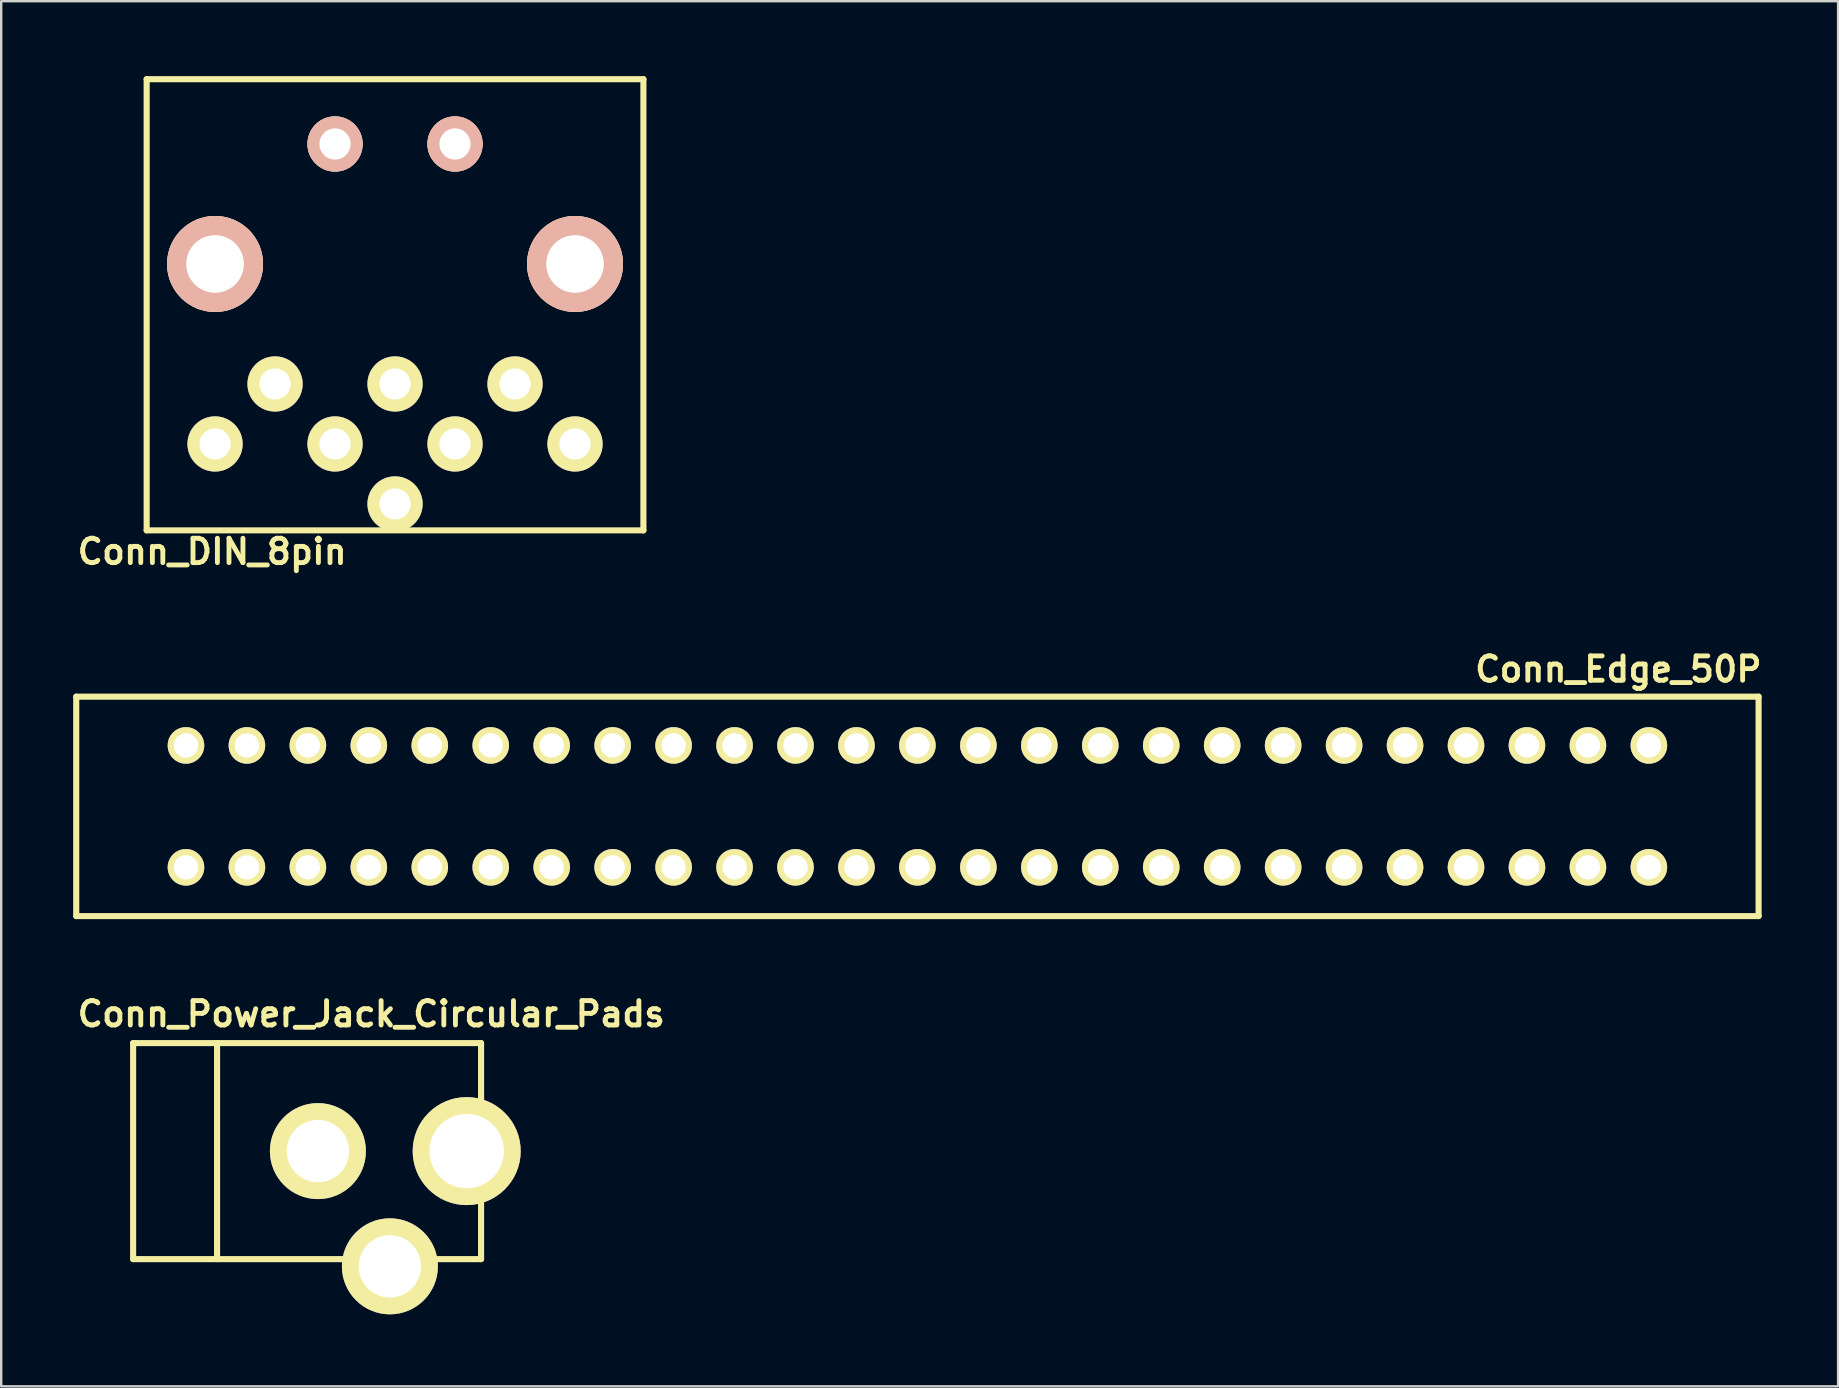
<source format=kicad_pcb>
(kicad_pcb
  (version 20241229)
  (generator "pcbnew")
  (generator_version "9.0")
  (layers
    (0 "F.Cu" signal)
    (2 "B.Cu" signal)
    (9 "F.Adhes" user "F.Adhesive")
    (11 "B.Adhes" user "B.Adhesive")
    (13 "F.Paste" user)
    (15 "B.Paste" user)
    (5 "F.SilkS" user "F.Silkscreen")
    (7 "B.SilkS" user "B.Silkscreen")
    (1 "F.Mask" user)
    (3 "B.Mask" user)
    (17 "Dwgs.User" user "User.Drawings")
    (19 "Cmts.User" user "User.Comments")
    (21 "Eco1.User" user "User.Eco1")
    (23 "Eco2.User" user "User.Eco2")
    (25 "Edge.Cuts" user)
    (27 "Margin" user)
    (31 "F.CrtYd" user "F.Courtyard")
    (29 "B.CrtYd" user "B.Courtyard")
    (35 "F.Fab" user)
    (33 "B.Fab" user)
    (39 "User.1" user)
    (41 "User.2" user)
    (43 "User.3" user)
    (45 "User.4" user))
  (footprint "Conn_Edge_50P"
    (layer "F.Cu")
    (at 35.179 30.552)
    (property "Reference" "Conn_Edge_50P" (at 29.21 -5.715 0) (layer "F.SilkS") (effects (font (size 1.016 1.016) (thickness 0.203))))
    (attr through_hole)
    (fp_line (start -35.052 -4.572) (end 35.052 -4.572) (stroke (width 0.254) (type solid)) (layer "F.SilkS"))
    (fp_line (start -35.052 4.572) (end -35.052 -4.572) (stroke (width 0.254) (type solid)) (layer "F.SilkS"))
    (fp_line (start 35.052 -4.572) (end 35.052 4.572) (stroke (width 0.254) (type solid)) (layer "F.SilkS"))
    (fp_line (start 35.052 4.572) (end -35.052 4.572) (stroke (width 0.254) (type solid)) (layer "F.SilkS"))
    (pad "1" thru_hole circle (at -30.48 2.54 180) (size 1.524 1.524) (drill 1.016) (layers "*.Cu" "*.Mask" "F.SilkS"))
    (pad "2" thru_hole circle (at -30.48 -2.54 180) (size 1.524 1.524) (drill 1.016) (layers "*.Cu" "*.Mask" "F.SilkS"))
    (pad "3" thru_hole circle (at -27.94 2.54 180) (size 1.524 1.524) (drill 1.016) (layers "*.Cu" "*.Mask" "F.SilkS"))
    (pad "4" thru_hole circle (at -27.94 -2.54 180) (size 1.524 1.524) (drill 1.016) (layers "*.Cu" "*.Mask" "F.SilkS"))
    (pad "5" thru_hole circle (at -25.4 2.54 180) (size 1.524 1.524) (drill 1.016) (layers "*.Cu" "*.Mask" "F.SilkS"))
    (pad "6" thru_hole circle (at -25.4 -2.54 180) (size 1.524 1.524) (drill 1.016) (layers "*.Cu" "*.Mask" "F.SilkS"))
    (pad "7" thru_hole circle (at -22.86 2.54 180) (size 1.524 1.524) (drill 1.016) (layers "*.Cu" "*.Mask" "F.SilkS"))
    (pad "8" thru_hole circle (at -22.86 -2.54 180) (size 1.524 1.524) (drill 1.016) (layers "*.Cu" "*.Mask" "F.SilkS"))
    (pad "9" thru_hole circle (at -20.32 2.54 180) (size 1.524 1.524) (drill 1.016) (layers "*.Cu" "*.Mask" "F.SilkS"))
    (pad "10" thru_hole circle (at -20.32 -2.54 180) (size 1.524 1.524) (drill 1.016) (layers "*.Cu" "*.Mask" "F.SilkS"))
    (pad "11" thru_hole circle (at -17.78 2.54 180) (size 1.524 1.524) (drill 1.016) (layers "*.Cu" "*.Mask" "F.SilkS"))
    (pad "12" thru_hole circle (at -17.78 -2.54 180) (size 1.524 1.524) (drill 1.016) (layers "*.Cu" "*.Mask" "F.SilkS"))
    (pad "13" thru_hole circle (at -15.24 2.54 180) (size 1.524 1.524) (drill 1.016) (layers "*.Cu" "*.Mask" "F.SilkS"))
    (pad "14" thru_hole circle (at -15.24 -2.54 180) (size 1.524 1.524) (drill 1.016) (layers "*.Cu" "*.Mask" "F.SilkS"))
    (pad "15" thru_hole circle (at -12.7 2.54 180) (size 1.524 1.524) (drill 1.016) (layers "*.Cu" "*.Mask" "F.SilkS"))
    (pad "16" thru_hole circle (at -12.7 -2.54 180) (size 1.524 1.524) (drill 1.016) (layers "*.Cu" "*.Mask" "F.SilkS"))
    (pad "17" thru_hole circle (at -10.16 2.54 180) (size 1.524 1.524) (drill 1.016) (layers "*.Cu" "*.Mask" "F.SilkS"))
    (pad "18" thru_hole circle (at -10.16 -2.54 180) (size 1.524 1.524) (drill 1.016) (layers "*.Cu" "*.Mask" "F.SilkS"))
    (pad "19" thru_hole circle (at -7.62 2.54 180) (size 1.524 1.524) (drill 1.016) (layers "*.Cu" "*.Mask" "F.SilkS"))
    (pad "20" thru_hole circle (at -7.62 -2.54 180) (size 1.524 1.524) (drill 1.016) (layers "*.Cu" "*.Mask" "F.SilkS"))
    (pad "21" thru_hole circle (at -5.08 2.54 180) (size 1.524 1.524) (drill 1.016) (layers "*.Cu" "*.Mask" "F.SilkS"))
    (pad "22" thru_hole circle (at -5.08 -2.54 180) (size 1.524 1.524) (drill 1.016) (layers "*.Cu" "*.Mask" "F.SilkS"))
    (pad "23" thru_hole circle (at -2.54 2.54 180) (size 1.524 1.524) (drill 1.016) (layers "*.Cu" "*.Mask" "F.SilkS"))
    (pad "24" thru_hole circle (at -2.54 -2.54 180) (size 1.524 1.524) (drill 1.016) (layers "*.Cu" "*.Mask" "F.SilkS"))
    (pad "25" thru_hole circle (at 0 2.54 180) (size 1.524 1.524) (drill 1.016) (layers "*.Cu" "*.Mask" "F.SilkS"))
    (pad "26" thru_hole circle (at 0 -2.54 180) (size 1.524 1.524) (drill 1.016) (layers "*.Cu" "*.Mask" "F.SilkS"))
    (pad "27" thru_hole circle (at 2.54 2.54 180) (size 1.524 1.524) (drill 1.016) (layers "*.Cu" "*.Mask" "F.SilkS"))
    (pad "28" thru_hole circle (at 2.54 -2.54 180) (size 1.524 1.524) (drill 1.016) (layers "*.Cu" "*.Mask" "F.SilkS"))
    (pad "29" thru_hole circle (at 5.08 2.54 180) (size 1.524 1.524) (drill 1.016) (layers "*.Cu" "*.Mask" "F.SilkS"))
    (pad "30" thru_hole circle (at 5.08 -2.54 180) (size 1.524 1.524) (drill 1.016) (layers "*.Cu" "*.Mask" "F.SilkS"))
    (pad "31" thru_hole circle (at 7.62 2.54 180) (size 1.524 1.524) (drill 1.016) (layers "*.Cu" "*.Mask" "F.SilkS"))
    (pad "32" thru_hole circle (at 7.62 -2.54 180) (size 1.524 1.524) (drill 1.016) (layers "*.Cu" "*.Mask" "F.SilkS"))
    (pad "33" thru_hole circle (at 10.16 2.54 180) (size 1.524 1.524) (drill 1.016) (layers "*.Cu" "*.Mask" "F.SilkS"))
    (pad "34" thru_hole circle (at 10.16 -2.54 180) (size 1.524 1.524) (drill 1.016) (layers "*.Cu" "*.Mask" "F.SilkS"))
    (pad "35" thru_hole circle (at 12.7 2.54 180) (size 1.524 1.524) (drill 1.016) (layers "*.Cu" "*.Mask" "F.SilkS"))
    (pad "36" thru_hole circle (at 12.7 -2.54 180) (size 1.524 1.524) (drill 1.016) (layers "*.Cu" "*.Mask" "F.SilkS"))
    (pad "37" thru_hole circle (at 15.24 2.54 180) (size 1.524 1.524) (drill 1.016) (layers "*.Cu" "*.Mask" "F.SilkS"))
    (pad "38" thru_hole circle (at 15.24 -2.54 180) (size 1.524 1.524) (drill 1.016) (layers "*.Cu" "*.Mask" "F.SilkS"))
    (pad "39" thru_hole circle (at 17.78 2.54 180) (size 1.524 1.524) (drill 1.016) (layers "*.Cu" "*.Mask" "F.SilkS"))
    (pad "40" thru_hole circle (at 17.78 -2.54 180) (size 1.524 1.524) (drill 1.016) (layers "*.Cu" "*.Mask" "F.SilkS"))
    (pad "41" thru_hole circle (at 20.32 2.54 180) (size 1.524 1.524) (drill 1.016) (layers "*.Cu" "*.Mask" "F.SilkS"))
    (pad "42" thru_hole circle (at 20.32 -2.54 180) (size 1.524 1.524) (drill 1.016) (layers "*.Cu" "*.Mask" "F.SilkS"))
    (pad "43" thru_hole circle (at 22.86 2.54 180) (size 1.524 1.524) (drill 1.016) (layers "*.Cu" "*.Mask" "F.SilkS"))
    (pad "44" thru_hole circle (at 22.86 -2.54 180) (size 1.524 1.524) (drill 1.016) (layers "*.Cu" "*.Mask" "F.SilkS"))
    (pad "45" thru_hole circle (at 25.4 2.54 180) (size 1.524 1.524) (drill 1.016) (layers "*.Cu" "*.Mask" "F.SilkS"))
    (pad "46" thru_hole circle (at 25.4 -2.54 180) (size 1.524 1.524) (drill 1.016) (layers "*.Cu" "*.Mask" "F.SilkS"))
    (pad "47" thru_hole circle (at 27.94 2.54 180) (size 1.524 1.524) (drill 1.016) (layers "*.Cu" "*.Mask" "F.SilkS"))
    (pad "48" thru_hole circle (at 27.94 -2.54 180) (size 1.524 1.524) (drill 1.016) (layers "*.Cu" "*.Mask" "F.SilkS"))
    (pad "49" thru_hole circle (at 30.48 2.54 180) (size 1.524 1.524) (drill 1.016) (layers "*.Cu" "*.Mask" "F.SilkS"))
    (pad "50" thru_hole circle (at 30.48 -2.54 180) (size 1.524 1.524) (drill 1.016) (layers "*.Cu" "*.Mask" "F.SilkS")))
  (footprint "Conn_DIN_8pin"
    (layer "F.Cu")
    (at 13.411 0.25)
    (property "Reference" "Conn_DIN_8pin" (at -7.62 19.685 0) (layer "F.SilkS") (effects (font (size 1.016 1.016) (thickness 0.203))))
    (attr through_hole)
    (fp_line (start -10.35 0) (end 10.35 0) (stroke (width 0.254) (type solid)) (layer "F.SilkS"))
    (fp_line (start -10.35 18.8) (end -10.35 0) (stroke (width 0.254) (type solid)) (layer "F.SilkS"))
    (fp_line (start 10.35 0) (end 10.35 18.8) (stroke (width 0.254) (type solid)) (layer "F.SilkS"))
    (fp_line (start 10.35 18.8) (end -10.35 18.8) (stroke (width 0.254) (type solid)) (layer "F.SilkS"))
    (pad "1" thru_hole circle (at -5 12.7 180) (size 2.3 2.3) (drill 1.3) (layers "*.Cu" "*.Mask" "F.SilkS"))
    (pad "2" thru_hole circle (at 0 12.7 180) (size 2.3 2.3) (drill 1.3) (layers "*.Cu" "*.Mask" "F.SilkS"))
    (pad "3" thru_hole circle (at 5 12.7 180) (size 2.3 2.3) (drill 1.3) (layers "*.Cu" "*.Mask" "F.SilkS"))
    (pad "4" thru_hole circle (at -2.5 15.2 180) (size 2.3 2.3) (drill 1.3) (layers "*.Cu" "*.Mask" "F.SilkS"))
    (pad "5" thru_hole circle (at 2.5 15.2 180) (size 2.3 2.3) (drill 1.3) (layers "*.Cu" "*.Mask" "F.SilkS"))
    (pad "6" thru_hole circle (at -7.5 15.2 180) (size 2.3 2.3) (drill 1.3) (layers "*.Cu" "*.Mask" "F.SilkS"))
    (pad "7" thru_hole circle (at 7.5 15.2 180) (size 2.3 2.3) (drill 1.3) (layers "*.Cu" "*.Mask" "F.SilkS"))
    (pad "8" thru_hole circle (at 0 17.7 180) (size 2.3 2.3) (drill 1.3) (layers "*.Cu" "*.Mask" "F.SilkS"))
    (pad "~" thru_hole circle (at -7.5 7.7 180) (size 4 4) (drill 2.4) (layers "*.Cu" "*.SilkS" "*.Mask"))
    (pad "~" thru_hole circle (at -2.5 2.7 180) (size 2.3 2.3) (drill 1.3) (layers "*.Cu" "*.SilkS" "*.Mask"))
    (pad "~" thru_hole circle (at 2.5 2.7 180) (size 2.3 2.3) (drill 1.3) (layers "*.Cu" "*.SilkS" "*.Mask"))
    (pad "~" thru_hole circle (at 7.5 7.7 180) (size 4 4) (drill 2.4) (layers "*.Cu" "*.SilkS" "*.Mask")))
  (footprint "Conn_Power_Jack_Circular_Pads"
    (layer "F.Cu")
    (at 10.197 44.917)
    (property "Reference" "Conn_Power_Jack_Circular_Pads" (at 2.223 -5.715 0) (layer "F.SilkS") (effects (font (size 1.016 1.016) (thickness 0.203))))
    (attr through_hole)
    (fp_line (start -7.699 -4.501) (end 6.8 -4.501) (stroke (width 0.254) (type solid)) (layer "F.SilkS"))
    (fp_line (start -7.699 4.501) (end -7.699 -4.501) (stroke (width 0.254) (type solid)) (layer "F.SilkS"))
    (fp_line (start -4.201 -4.501) (end -4.201 4.501) (stroke (width 0.254) (type solid)) (layer "F.SilkS"))
    (fp_line (start 6.8 -4.501) (end 6.8 4.501) (stroke (width 0.254) (type solid)) (layer "F.SilkS"))
    (fp_line (start 6.8 4.501) (end -7.699 4.501) (stroke (width 0.254) (type solid)) (layer "F.SilkS"))
    (pad "1" thru_hole circle (at 6.2 0) (size 4.5 4.5) (drill 3.1) (layers "*.Cu" "*.Mask" "F.SilkS"))
    (pad "2" thru_hole circle (at 0 0) (size 4 4) (drill 2.6) (layers "*.Cu" "*.Mask" "F.SilkS"))
    (pad "3" thru_hole circle (at 3 4.801) (size 4 4) (drill 2.6) (layers "*.Cu" "*.Mask" "F.SilkS")))
  (gr_rect
    (start -3 -3)
    (end 73.543 54.718)
    (stroke (width 0.1) (type default))
    (fill no)
    (layer "Edge.Cuts")))
</source>
